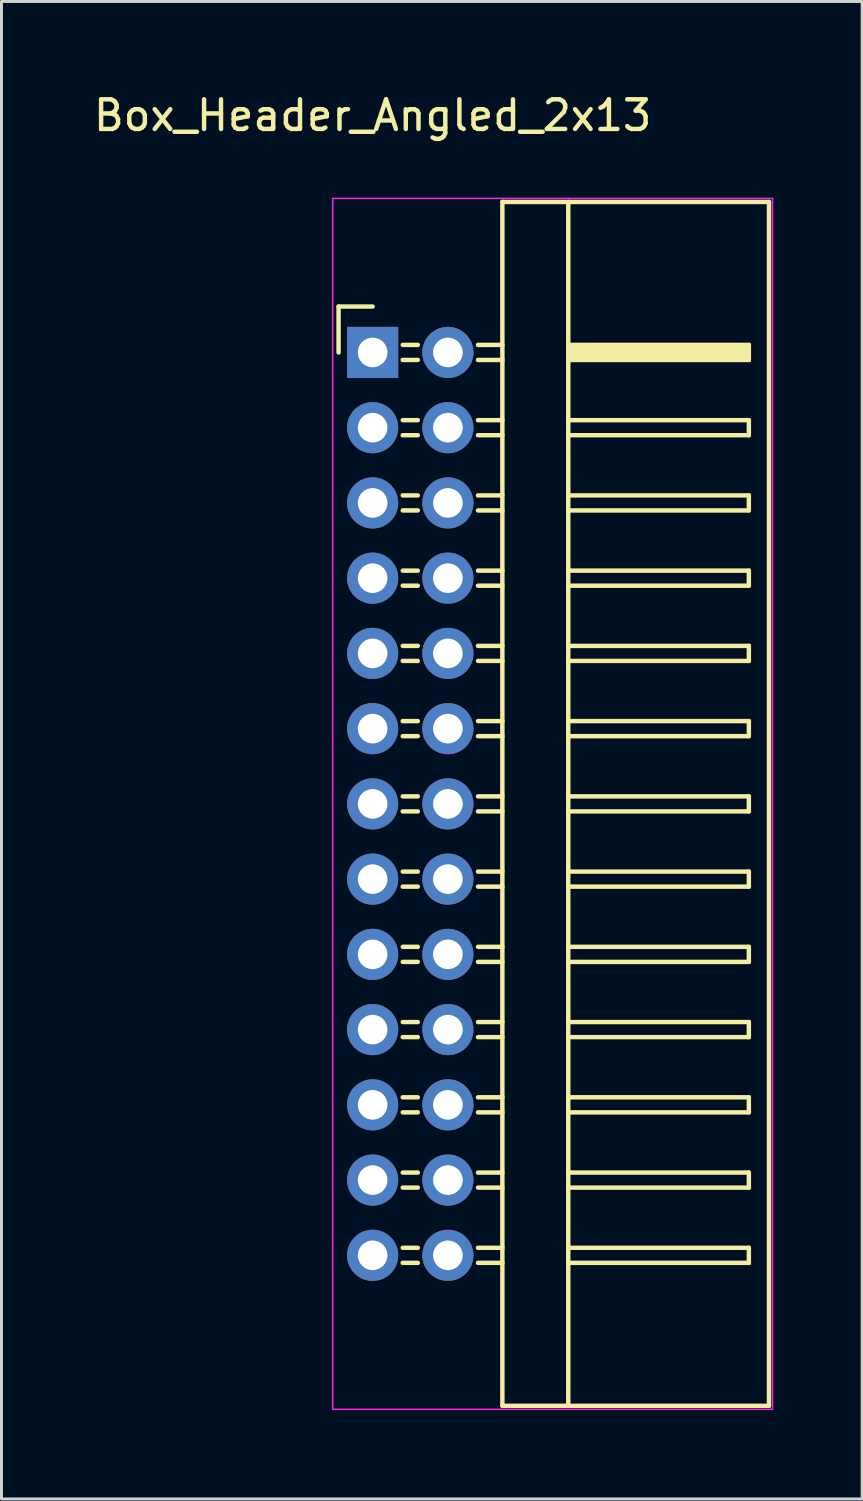
<source format=kicad_pcb>
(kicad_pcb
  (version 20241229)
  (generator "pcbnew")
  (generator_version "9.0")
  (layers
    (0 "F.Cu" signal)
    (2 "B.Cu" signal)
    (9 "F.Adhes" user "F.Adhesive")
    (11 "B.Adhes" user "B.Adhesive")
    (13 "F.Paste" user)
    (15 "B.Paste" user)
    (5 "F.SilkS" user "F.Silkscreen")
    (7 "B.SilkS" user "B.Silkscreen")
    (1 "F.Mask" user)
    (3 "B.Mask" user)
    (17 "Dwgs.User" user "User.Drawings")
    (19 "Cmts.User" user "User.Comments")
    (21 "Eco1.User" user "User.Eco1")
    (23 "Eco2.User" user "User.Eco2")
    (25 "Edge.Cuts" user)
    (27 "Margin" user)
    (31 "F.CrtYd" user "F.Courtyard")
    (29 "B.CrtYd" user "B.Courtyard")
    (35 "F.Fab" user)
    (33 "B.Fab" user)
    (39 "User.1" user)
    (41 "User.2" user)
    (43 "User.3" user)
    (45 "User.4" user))
  (footprint "Box_Header_Angled_2x13"
    (layer "F.Cu")
    (at 9.53 8.848)
    (property "Reference" "Box_Header_Angled_2x13" (at 0 -8 0) (layer "F.SilkS") (effects (font (size 1 1) (thickness 0.15))))
    (attr through_hole)
    (fp_line (start -1.15 -1.55) (end -1.15 0) (stroke (width 0.15) (type solid)) (layer "F.SilkS"))
    (fp_line (start 0 -1.55) (end -1.15 -1.55) (stroke (width 0.15) (type solid)) (layer "F.SilkS"))
    (fp_line (start 1.524 -0.254) (end 1.016 -0.254) (stroke (width 0.15) (type solid)) (layer "F.SilkS"))
    (fp_line (start 1.524 0.254) (end 1.016 0.254) (stroke (width 0.15) (type solid)) (layer "F.SilkS"))
    (fp_line (start 1.524 2.286) (end 1.016 2.286) (stroke (width 0.15) (type solid)) (layer "F.SilkS"))
    (fp_line (start 1.524 2.794) (end 1.016 2.794) (stroke (width 0.15) (type solid)) (layer "F.SilkS"))
    (fp_line (start 1.524 4.826) (end 1.016 4.826) (stroke (width 0.15) (type solid)) (layer "F.SilkS"))
    (fp_line (start 1.524 5.334) (end 1.016 5.334) (stroke (width 0.15) (type solid)) (layer "F.SilkS"))
    (fp_line (start 1.524 7.366) (end 1.016 7.366) (stroke (width 0.15) (type solid)) (layer "F.SilkS"))
    (fp_line (start 1.524 7.874) (end 1.016 7.874) (stroke (width 0.15) (type solid)) (layer "F.SilkS"))
    (fp_line (start 1.524 9.906) (end 1.016 9.906) (stroke (width 0.15) (type solid)) (layer "F.SilkS"))
    (fp_line (start 1.524 10.414) (end 1.016 10.414) (stroke (width 0.15) (type solid)) (layer "F.SilkS"))
    (fp_line (start 1.524 12.446) (end 1.016 12.446) (stroke (width 0.15) (type solid)) (layer "F.SilkS"))
    (fp_line (start 1.524 12.954) (end 1.016 12.954) (stroke (width 0.15) (type solid)) (layer "F.SilkS"))
    (fp_line (start 1.524 14.986) (end 1.016 14.986) (stroke (width 0.15) (type solid)) (layer "F.SilkS"))
    (fp_line (start 1.524 15.494) (end 1.016 15.494) (stroke (width 0.15) (type solid)) (layer "F.SilkS"))
    (fp_line (start 1.524 17.526) (end 1.016 17.526) (stroke (width 0.15) (type solid)) (layer "F.SilkS"))
    (fp_line (start 1.524 18.034) (end 1.016 18.034) (stroke (width 0.15) (type solid)) (layer "F.SilkS"))
    (fp_line (start 1.524 20.066) (end 1.016 20.066) (stroke (width 0.15) (type solid)) (layer "F.SilkS"))
    (fp_line (start 1.524 20.574) (end 1.016 20.574) (stroke (width 0.15) (type solid)) (layer "F.SilkS"))
    (fp_line (start 1.524 22.606) (end 1.016 22.606) (stroke (width 0.15) (type solid)) (layer "F.SilkS"))
    (fp_line (start 1.524 23.114) (end 1.016 23.114) (stroke (width 0.15) (type solid)) (layer "F.SilkS"))
    (fp_line (start 1.524 25.146) (end 1.016 25.146) (stroke (width 0.15) (type solid)) (layer "F.SilkS"))
    (fp_line (start 1.524 25.654) (end 1.016 25.654) (stroke (width 0.15) (type solid)) (layer "F.SilkS"))
    (fp_line (start 1.524 27.686) (end 1.016 27.686) (stroke (width 0.15) (type solid)) (layer "F.SilkS"))
    (fp_line (start 1.524 28.194) (end 1.016 28.194) (stroke (width 0.15) (type solid)) (layer "F.SilkS"))
    (fp_line (start 1.524 30.226) (end 1.016 30.226) (stroke (width 0.15) (type solid)) (layer "F.SilkS"))
    (fp_line (start 1.524 30.734) (end 1.016 30.734) (stroke (width 0.15) (type solid)) (layer "F.SilkS"))
    (fp_line (start 4.38 -5.08) (end 4.38 35.56) (stroke (width 0.15) (type solid)) (layer "F.SilkS"))
    (fp_line (start 4.38 -5.08) (end 13.38 -5.08) (stroke (width 0.15) (type solid)) (layer "F.SilkS"))
    (fp_line (start 4.38 -0.254) (end 3.556 -0.254) (stroke (width 0.15) (type solid)) (layer "F.SilkS"))
    (fp_line (start 4.38 0.254) (end 3.556 0.254) (stroke (width 0.15) (type solid)) (layer "F.SilkS"))
    (fp_line (start 4.38 2.286) (end 3.556 2.286) (stroke (width 0.15) (type solid)) (layer "F.SilkS"))
    (fp_line (start 4.38 2.794) (end 3.556 2.794) (stroke (width 0.15) (type solid)) (layer "F.SilkS"))
    (fp_line (start 4.38 4.826) (end 3.556 4.826) (stroke (width 0.15) (type solid)) (layer "F.SilkS"))
    (fp_line (start 4.38 5.334) (end 3.556 5.334) (stroke (width 0.15) (type solid)) (layer "F.SilkS"))
    (fp_line (start 4.38 7.366) (end 3.556 7.366) (stroke (width 0.15) (type solid)) (layer "F.SilkS"))
    (fp_line (start 4.38 7.874) (end 3.556 7.874) (stroke (width 0.15) (type solid)) (layer "F.SilkS"))
    (fp_line (start 4.38 9.906) (end 3.556 9.906) (stroke (width 0.15) (type solid)) (layer "F.SilkS"))
    (fp_line (start 4.38 10.414) (end 3.556 10.414) (stroke (width 0.15) (type solid)) (layer "F.SilkS"))
    (fp_line (start 4.38 12.446) (end 3.556 12.446) (stroke (width 0.15) (type solid)) (layer "F.SilkS"))
    (fp_line (start 4.38 12.954) (end 3.556 12.954) (stroke (width 0.15) (type solid)) (layer "F.SilkS"))
    (fp_line (start 4.38 14.986) (end 3.556 14.986) (stroke (width 0.15) (type solid)) (layer "F.SilkS"))
    (fp_line (start 4.38 15.494) (end 3.556 15.494) (stroke (width 0.15) (type solid)) (layer "F.SilkS"))
    (fp_line (start 4.38 17.526) (end 3.556 17.526) (stroke (width 0.15) (type solid)) (layer "F.SilkS"))
    (fp_line (start 4.38 18.034) (end 3.556 18.034) (stroke (width 0.15) (type solid)) (layer "F.SilkS"))
    (fp_line (start 4.38 20.066) (end 3.556 20.066) (stroke (width 0.15) (type solid)) (layer "F.SilkS"))
    (fp_line (start 4.38 20.574) (end 3.556 20.574) (stroke (width 0.15) (type solid)) (layer "F.SilkS"))
    (fp_line (start 4.38 22.606) (end 3.556 22.606) (stroke (width 0.15) (type solid)) (layer "F.SilkS"))
    (fp_line (start 4.38 23.114) (end 3.556 23.114) (stroke (width 0.15) (type solid)) (layer "F.SilkS"))
    (fp_line (start 4.38 25.146) (end 3.556 25.146) (stroke (width 0.15) (type solid)) (layer "F.SilkS"))
    (fp_line (start 4.38 25.654) (end 3.556 25.654) (stroke (width 0.15) (type solid)) (layer "F.SilkS"))
    (fp_line (start 4.38 27.686) (end 3.556 27.686) (stroke (width 0.15) (type solid)) (layer "F.SilkS"))
    (fp_line (start 4.38 28.194) (end 3.556 28.194) (stroke (width 0.15) (type solid)) (layer "F.SilkS"))
    (fp_line (start 4.38 30.226) (end 3.556 30.226) (stroke (width 0.15) (type solid)) (layer "F.SilkS"))
    (fp_line (start 4.38 30.734) (end 3.556 30.734) (stroke (width 0.15) (type solid)) (layer "F.SilkS"))
    (fp_line (start 4.38 35.56) (end 13.38 35.56) (stroke (width 0.15) (type solid)) (layer "F.SilkS"))
    (fp_line (start 6.604 -5.08) (end 6.604 35.56) (stroke (width 0.15) (type solid)) (layer "F.SilkS"))
    (fp_line (start 6.604 -0.254) (end 12.7 -0.254) (stroke (width 0.15) (type solid)) (layer "F.SilkS"))
    (fp_line (start 6.604 -0.127) (end 12.573 -0.127) (stroke (width 0.15) (type solid)) (layer "F.SilkS"))
    (fp_line (start 6.604 2.286) (end 12.7 2.286) (stroke (width 0.15) (type solid)) (layer "F.SilkS"))
    (fp_line (start 6.604 4.826) (end 12.7 4.826) (stroke (width 0.15) (type solid)) (layer "F.SilkS"))
    (fp_line (start 6.604 7.366) (end 12.7 7.366) (stroke (width 0.15) (type solid)) (layer "F.SilkS"))
    (fp_line (start 6.604 9.906) (end 12.7 9.906) (stroke (width 0.15) (type solid)) (layer "F.SilkS"))
    (fp_line (start 6.604 12.446) (end 12.7 12.446) (stroke (width 0.15) (type solid)) (layer "F.SilkS"))
    (fp_line (start 6.604 14.986) (end 12.7 14.986) (stroke (width 0.15) (type solid)) (layer "F.SilkS"))
    (fp_line (start 6.604 17.526) (end 12.7 17.526) (stroke (width 0.15) (type solid)) (layer "F.SilkS"))
    (fp_line (start 6.604 20.066) (end 12.7 20.066) (stroke (width 0.15) (type solid)) (layer "F.SilkS"))
    (fp_line (start 6.604 22.606) (end 12.7 22.606) (stroke (width 0.15) (type solid)) (layer "F.SilkS"))
    (fp_line (start 6.604 25.146) (end 12.7 25.146) (stroke (width 0.15) (type solid)) (layer "F.SilkS"))
    (fp_line (start 6.604 27.686) (end 12.7 27.686) (stroke (width 0.15) (type solid)) (layer "F.SilkS"))
    (fp_line (start 6.604 30.226) (end 12.7 30.226) (stroke (width 0.15) (type solid)) (layer "F.SilkS"))
    (fp_line (start 6.731 0) (end 12.573 0) (stroke (width 0.15) (type solid)) (layer "F.SilkS"))
    (fp_line (start 6.731 0.127) (end 6.731 0) (stroke (width 0.15) (type solid)) (layer "F.SilkS"))
    (fp_line (start 12.573 -0.127) (end 12.573 0.127) (stroke (width 0.15) (type solid)) (layer "F.SilkS"))
    (fp_line (start 12.573 0.127) (end 6.731 0.127) (stroke (width 0.15) (type solid)) (layer "F.SilkS"))
    (fp_line (start 12.7 -0.254) (end 12.7 0.254) (stroke (width 0.15) (type solid)) (layer "F.SilkS"))
    (fp_line (start 12.7 0.254) (end 6.604 0.254) (stroke (width 0.15) (type solid)) (layer "F.SilkS"))
    (fp_line (start 12.7 2.286) (end 12.7 2.794) (stroke (width 0.15) (type solid)) (layer "F.SilkS"))
    (fp_line (start 12.7 2.794) (end 6.604 2.794) (stroke (width 0.15) (type solid)) (layer "F.SilkS"))
    (fp_line (start 12.7 4.826) (end 12.7 5.334) (stroke (width 0.15) (type solid)) (layer "F.SilkS"))
    (fp_line (start 12.7 5.334) (end 6.604 5.334) (stroke (width 0.15) (type solid)) (layer "F.SilkS"))
    (fp_line (start 12.7 7.366) (end 12.7 7.874) (stroke (width 0.15) (type solid)) (layer "F.SilkS"))
    (fp_line (start 12.7 7.874) (end 6.604 7.874) (stroke (width 0.15) (type solid)) (layer "F.SilkS"))
    (fp_line (start 12.7 9.906) (end 12.7 10.414) (stroke (width 0.15) (type solid)) (layer "F.SilkS"))
    (fp_line (start 12.7 10.414) (end 6.604 10.414) (stroke (width 0.15) (type solid)) (layer "F.SilkS"))
    (fp_line (start 12.7 12.446) (end 12.7 12.954) (stroke (width 0.15) (type solid)) (layer "F.SilkS"))
    (fp_line (start 12.7 12.954) (end 6.604 12.954) (stroke (width 0.15) (type solid)) (layer "F.SilkS"))
    (fp_line (start 12.7 14.986) (end 12.7 15.494) (stroke (width 0.15) (type solid)) (layer "F.SilkS"))
    (fp_line (start 12.7 15.494) (end 6.604 15.494) (stroke (width 0.15) (type solid)) (layer "F.SilkS"))
    (fp_line (start 12.7 17.526) (end 12.7 18.034) (stroke (width 0.15) (type solid)) (layer "F.SilkS"))
    (fp_line (start 12.7 18.034) (end 6.604 18.034) (stroke (width 0.15) (type solid)) (layer "F.SilkS"))
    (fp_line (start 12.7 20.066) (end 12.7 20.574) (stroke (width 0.15) (type solid)) (layer "F.SilkS"))
    (fp_line (start 12.7 20.574) (end 6.604 20.574) (stroke (width 0.15) (type solid)) (layer "F.SilkS"))
    (fp_line (start 12.7 22.606) (end 12.7 23.114) (stroke (width 0.15) (type solid)) (layer "F.SilkS"))
    (fp_line (start 12.7 23.114) (end 6.604 23.114) (stroke (width 0.15) (type solid)) (layer "F.SilkS"))
    (fp_line (start 12.7 25.146) (end 12.7 25.654) (stroke (width 0.15) (type solid)) (layer "F.SilkS"))
    (fp_line (start 12.7 25.654) (end 6.604 25.654) (stroke (width 0.15) (type solid)) (layer "F.SilkS"))
    (fp_line (start 12.7 27.686) (end 12.7 28.194) (stroke (width 0.15) (type solid)) (layer "F.SilkS"))
    (fp_line (start 12.7 28.194) (end 6.604 28.194) (stroke (width 0.15) (type solid)) (layer "F.SilkS"))
    (fp_line (start 12.7 30.226) (end 12.7 30.734) (stroke (width 0.15) (type solid)) (layer "F.SilkS"))
    (fp_line (start 12.7 30.734) (end 6.604 30.734) (stroke (width 0.15) (type solid)) (layer "F.SilkS"))
    (fp_line (start 13.38 -5.08) (end 13.38 35.56) (stroke (width 0.15) (type solid)) (layer "F.SilkS"))
    (fp_line (start -1.35 -5.2) (end -1.35 35.68) (stroke (width 0.05) (type solid)) (layer "F.CrtYd"))
    (fp_line (start -1.35 -5.2) (end 13.5 -5.2) (stroke (width 0.05) (type solid)) (layer "F.CrtYd"))
    (fp_line (start -1.35 35.68) (end 13.5 35.68) (stroke (width 0.05) (type solid)) (layer "F.CrtYd"))
    (fp_line (start 13.5 -5.2) (end 13.5 35.68) (stroke (width 0.05) (type solid)) (layer "F.CrtYd"))
    (pad "1" thru_hole rect (at 0 0) (size 1.727 1.727) (drill 1) (layers "*.Cu" "*.Mask"))
    (pad "2" thru_hole oval (at 2.54 0) (size 1.727 1.727) (drill 1) (layers "*.Cu" "*.Mask"))
    (pad "3" thru_hole oval (at 0 2.54) (size 1.727 1.727) (drill 1) (layers "*.Cu" "*.Mask"))
    (pad "4" thru_hole oval (at 2.54 2.54) (size 1.727 1.727) (drill 1) (layers "*.Cu" "*.Mask"))
    (pad "5" thru_hole oval (at 0 5.08) (size 1.727 1.727) (drill 1) (layers "*.Cu" "*.Mask"))
    (pad "6" thru_hole oval (at 2.54 5.08) (size 1.727 1.727) (drill 1) (layers "*.Cu" "*.Mask"))
    (pad "7" thru_hole oval (at 0 7.62) (size 1.727 1.727) (drill 1) (layers "*.Cu" "*.Mask"))
    (pad "8" thru_hole oval (at 2.54 7.62) (size 1.727 1.727) (drill 1) (layers "*.Cu" "*.Mask"))
    (pad "9" thru_hole oval (at 0 10.16) (size 1.727 1.727) (drill 1) (layers "*.Cu" "*.Mask"))
    (pad "10" thru_hole oval (at 2.54 10.16) (size 1.727 1.727) (drill 1) (layers "*.Cu" "*.Mask"))
    (pad "11" thru_hole oval (at 0 12.7) (size 1.727 1.727) (drill 1) (layers "*.Cu" "*.Mask"))
    (pad "12" thru_hole oval (at 2.54 12.7) (size 1.727 1.727) (drill 1) (layers "*.Cu" "*.Mask"))
    (pad "13" thru_hole oval (at 0 15.24) (size 1.727 1.727) (drill 1) (layers "*.Cu" "*.Mask"))
    (pad "14" thru_hole oval (at 2.54 15.24) (size 1.727 1.727) (drill 1) (layers "*.Cu" "*.Mask"))
    (pad "15" thru_hole oval (at 0 17.78) (size 1.727 1.727) (drill 1) (layers "*.Cu" "*.Mask"))
    (pad "16" thru_hole oval (at 2.54 17.78) (size 1.727 1.727) (drill 1) (layers "*.Cu" "*.Mask"))
    (pad "17" thru_hole oval (at 0 20.32) (size 1.727 1.727) (drill 1) (layers "*.Cu" "*.Mask"))
    (pad "18" thru_hole oval (at 2.54 20.32) (size 1.727 1.727) (drill 1) (layers "*.Cu" "*.Mask"))
    (pad "19" thru_hole oval (at 0 22.86) (size 1.727 1.727) (drill 1) (layers "*.Cu" "*.Mask"))
    (pad "20" thru_hole oval (at 2.54 22.86) (size 1.727 1.727) (drill 1) (layers "*.Cu" "*.Mask"))
    (pad "21" thru_hole oval (at 0 25.4) (size 1.727 1.727) (drill 1) (layers "*.Cu" "*.Mask"))
    (pad "22" thru_hole oval (at 2.54 25.4) (size 1.727 1.727) (drill 1) (layers "*.Cu" "*.Mask"))
    (pad "23" thru_hole oval (at 0 27.94) (size 1.727 1.727) (drill 1) (layers "*.Cu" "*.Mask"))
    (pad "24" thru_hole oval (at 2.54 27.94) (size 1.727 1.727) (drill 1) (layers "*.Cu" "*.Mask"))
    (pad "25" thru_hole oval (at 0 30.48) (size 1.727 1.727) (drill 1) (layers "*.Cu" "*.Mask"))
    (pad "26" thru_hole oval (at 2.54 30.48) (size 1.727 1.727) (drill 1) (layers "*.Cu" "*.Mask")))
  (gr_rect
    (start -3 -3)
    (end 26.055 47.553)
    (stroke (width 0.1) (type default))
    (fill no)
    (layer "Edge.Cuts")))
</source>
